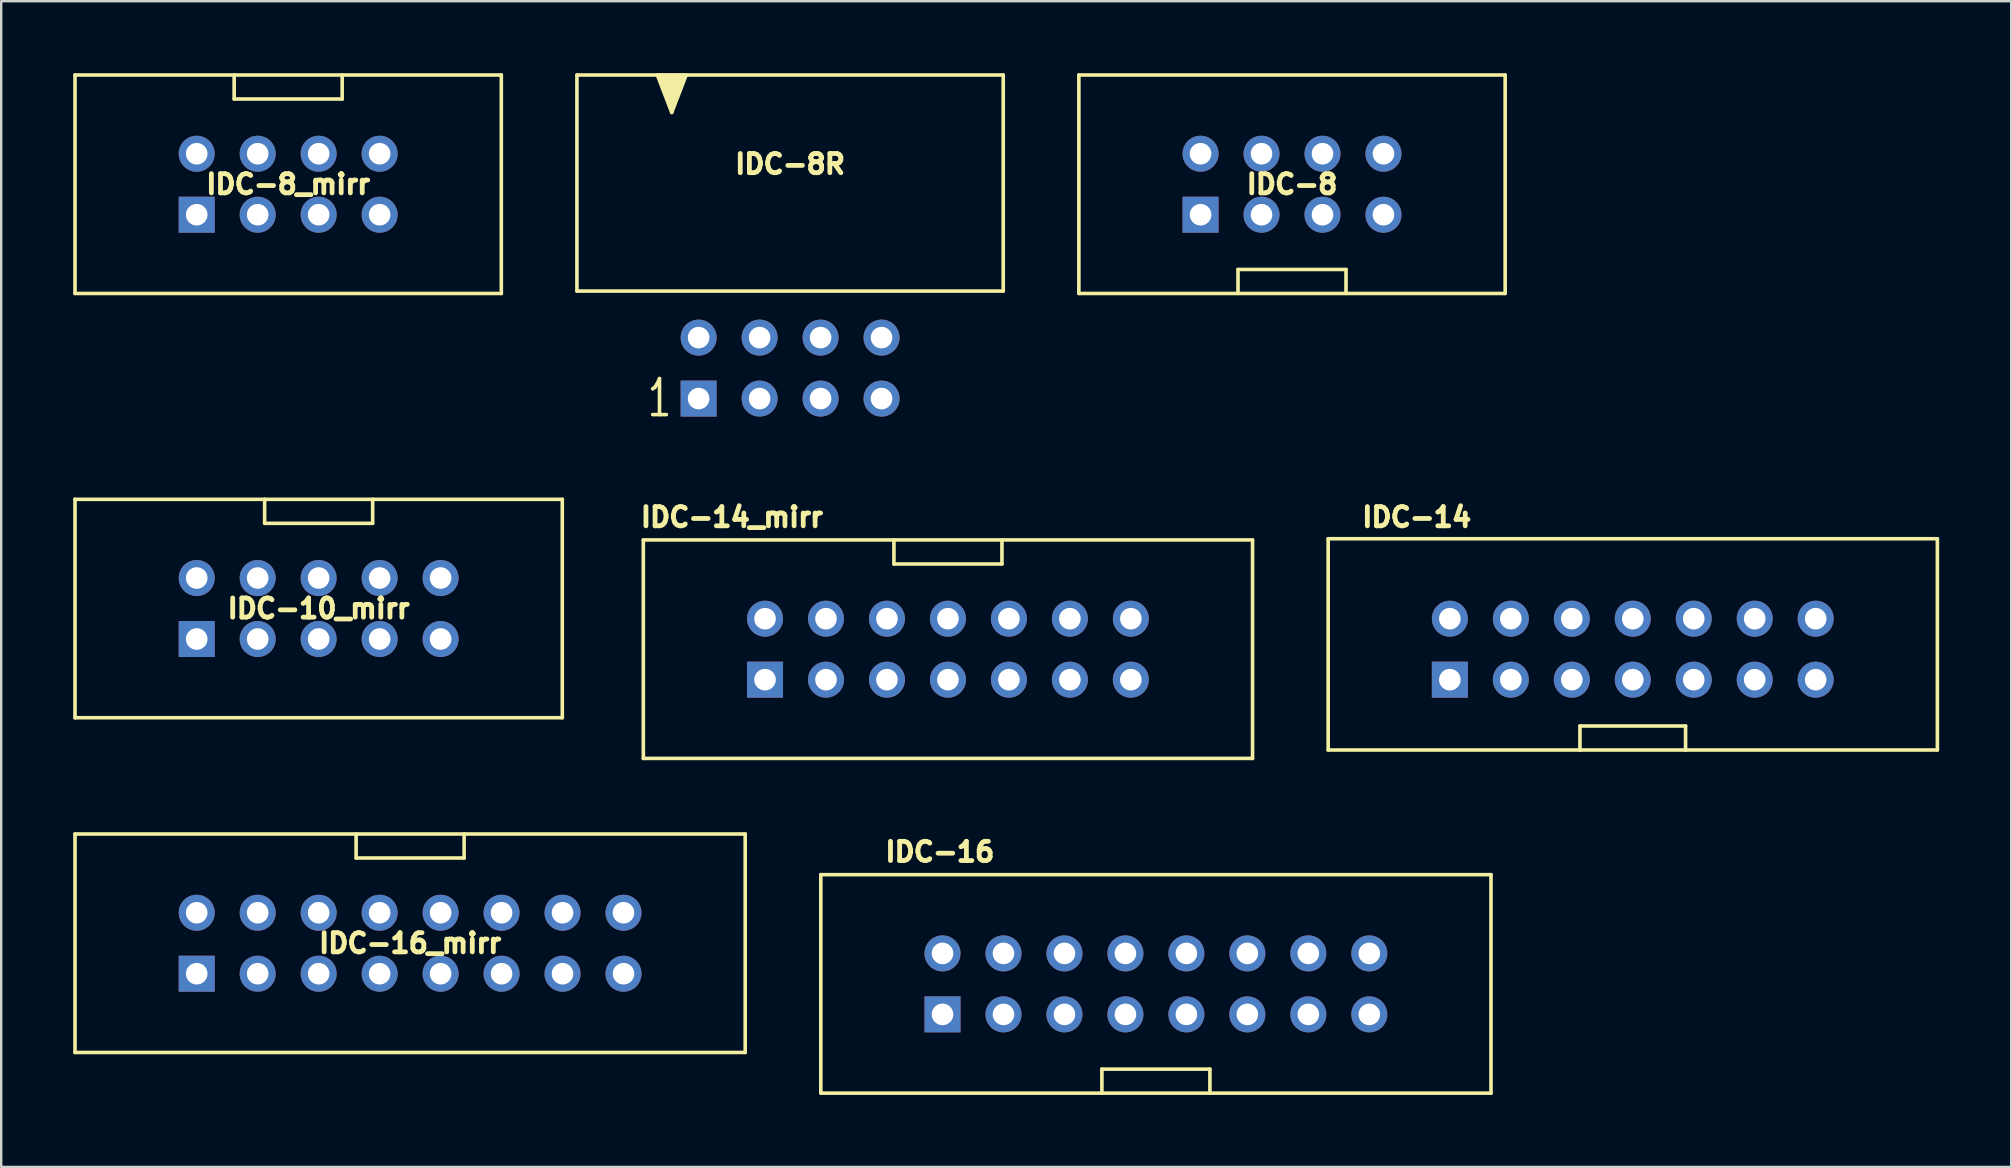
<source format=kicad_pcb>
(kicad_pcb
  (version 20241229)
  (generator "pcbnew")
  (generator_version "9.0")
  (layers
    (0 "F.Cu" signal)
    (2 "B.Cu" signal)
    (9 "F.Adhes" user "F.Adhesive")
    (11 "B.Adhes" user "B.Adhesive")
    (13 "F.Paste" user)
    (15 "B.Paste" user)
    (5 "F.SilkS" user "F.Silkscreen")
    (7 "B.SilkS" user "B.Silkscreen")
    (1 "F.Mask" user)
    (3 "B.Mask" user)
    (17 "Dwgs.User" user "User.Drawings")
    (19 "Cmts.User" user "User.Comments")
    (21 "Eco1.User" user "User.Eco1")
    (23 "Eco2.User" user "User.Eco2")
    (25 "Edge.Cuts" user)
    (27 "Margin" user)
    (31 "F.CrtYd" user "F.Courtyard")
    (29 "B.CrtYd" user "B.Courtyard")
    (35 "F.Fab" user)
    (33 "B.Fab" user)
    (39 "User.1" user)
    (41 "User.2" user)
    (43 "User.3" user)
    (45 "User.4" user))
  (footprint "IDC-10_mirr"
    (layer "F.Cu")
    (at 10.225 22.301)
    (property "Reference" "IDC-10_mirr" (at 0 0 0) (layer "F.SilkS") (effects (font (size 0.8 0.8) (thickness 0.2))))
    (attr through_hole)
    (fp_line (start -10.15 4.55) (end -10.15 -4.55) (stroke (width 0.15) (type solid)) (layer "F.SilkS"))
    (fp_line (start -10.15 4.55) (end 10.15 4.55) (stroke (width 0.15) (type solid)) (layer "F.SilkS"))
    (fp_line (start -2.25 -3.55) (end -2.25 -4.55) (stroke (width 0.15) (type solid)) (layer "F.SilkS"))
    (fp_line (start 2.25 -3.55) (end -2.25 -3.55) (stroke (width 0.15) (type solid)) (layer "F.SilkS"))
    (fp_line (start 2.25 -3.55) (end 2.25 -4.55) (stroke (width 0.15) (type solid)) (layer "F.SilkS"))
    (fp_line (start 10.15 -4.55) (end -10.15 -4.55) (stroke (width 0.15) (type solid)) (layer "F.SilkS"))
    (fp_line (start 10.15 4.55) (end 10.15 -4.55) (stroke (width 0.15) (type solid)) (layer "F.SilkS"))
    (pad "1" thru_hole rect (at -5.08 1.27) (size 1.5 1.5) (drill 0.9) (layers "*.Cu" "*.Mask"))
    (pad "2" thru_hole circle (at -5.08 -1.27) (size 1.5 1.5) (drill 0.9) (layers "*.Cu" "*.Mask"))
    (pad "3" thru_hole circle (at -2.54 1.27) (size 1.5 1.5) (drill 0.9) (layers "*.Cu" "*.Mask"))
    (pad "4" thru_hole circle (at -2.54 -1.27) (size 1.5 1.5) (drill 0.9) (layers "*.Cu" "*.Mask"))
    (pad "5" thru_hole circle (at 0 1.27) (size 1.5 1.5) (drill 0.9) (layers "*.Cu" "*.Mask"))
    (pad "6" thru_hole circle (at 0 -1.27) (size 1.5 1.5) (drill 0.9) (layers "*.Cu" "*.Mask"))
    (pad "7" thru_hole circle (at 2.54 1.27) (size 1.5 1.5) (drill 0.9) (layers "*.Cu" "*.Mask"))
    (pad "8" thru_hole circle (at 2.54 -1.27) (size 1.5 1.5) (drill 0.9) (layers "*.Cu" "*.Mask"))
    (pad "9" thru_hole circle (at 5.08 1.27) (size 1.5 1.5) (drill 0.9) (layers "*.Cu" "*.Mask"))
    (pad "10" thru_hole circle (at 5.08 -1.27) (size 1.5 1.5) (drill 0.9) (layers "*.Cu" "*.Mask")))
  (footprint "IDC-14_mirr"
    (layer "F.Cu")
    (at 36.441 23.995)
    (property "Reference" "IDC-14_mirr" (at -9 -5.5 0) (layer "F.SilkS") (effects (font (size 0.8 0.8) (thickness 0.2))))
    (attr through_hole)
    (fp_line (start -12.69 4.55) (end -12.69 -4.55) (stroke (width 0.15) (type solid)) (layer "F.SilkS"))
    (fp_line (start -12.69 4.55) (end 12.69 4.55) (stroke (width 0.15) (type solid)) (layer "F.SilkS"))
    (fp_line (start -2.25 -3.55) (end -2.25 -4.55) (stroke (width 0.15) (type solid)) (layer "F.SilkS"))
    (fp_line (start 2.25 -3.55) (end -2.25 -3.55) (stroke (width 0.15) (type solid)) (layer "F.SilkS"))
    (fp_line (start 2.25 -3.55) (end 2.25 -4.55) (stroke (width 0.15) (type solid)) (layer "F.SilkS"))
    (fp_line (start 12.69 -4.55) (end -12.69 -4.55) (stroke (width 0.15) (type solid)) (layer "F.SilkS"))
    (fp_line (start 12.69 4.55) (end 12.69 -4.55) (stroke (width 0.15) (type solid)) (layer "F.SilkS"))
    (pad "1" thru_hole rect (at -7.62 1.27) (size 1.5 1.5) (drill 0.9) (layers "*.Cu" "*.Mask"))
    (pad "2" thru_hole circle (at -7.62 -1.27) (size 1.5 1.5) (drill 0.9) (layers "*.Cu" "*.Mask"))
    (pad "3" thru_hole circle (at -5.08 1.27) (size 1.5 1.5) (drill 0.9) (layers "*.Cu" "*.Mask"))
    (pad "4" thru_hole circle (at -5.08 -1.27) (size 1.5 1.5) (drill 0.9) (layers "*.Cu" "*.Mask"))
    (pad "5" thru_hole circle (at -2.54 1.27) (size 1.5 1.5) (drill 0.9) (layers "*.Cu" "*.Mask"))
    (pad "6" thru_hole circle (at -2.54 -1.27) (size 1.5 1.5) (drill 0.9) (layers "*.Cu" "*.Mask"))
    (pad "7" thru_hole circle (at 0 1.27) (size 1.5 1.5) (drill 0.9) (layers "*.Cu" "*.Mask"))
    (pad "8" thru_hole circle (at 0 -1.27) (size 1.5 1.5) (drill 0.9) (layers "*.Cu" "*.Mask"))
    (pad "9" thru_hole circle (at 2.54 1.27) (size 1.5 1.5) (drill 0.9) (layers "*.Cu" "*.Mask"))
    (pad "10" thru_hole circle (at 2.54 -1.27) (size 1.5 1.5) (drill 0.9) (layers "*.Cu" "*.Mask"))
    (pad "11" thru_hole circle (at 5.08 1.27) (size 1.5 1.5) (drill 0.9) (layers "*.Cu" "*.Mask"))
    (pad "12" thru_hole circle (at 5.08 -1.27) (size 1.5 1.5) (drill 0.9) (layers "*.Cu" "*.Mask"))
    (pad "13" thru_hole circle (at 7.62 1.27) (size 1.5 1.5) (drill 0.9) (layers "*.Cu" "*.Mask"))
    (pad "14" thru_hole circle (at 7.62 -1.27) (size 1.5 1.5) (drill 0.9) (layers "*.Cu" "*.Mask")))
  (footprint "IDC-8_mirr"
    (layer "F.Cu")
    (at 8.955 4.625)
    (property "Reference" "IDC-8_mirr" (at 0 0 0) (layer "F.SilkS") (effects (font (size 0.8 0.8) (thickness 0.2))))
    (attr through_hole)
    (fp_line (start -8.88 4.55) (end -8.88 -4.55) (stroke (width 0.15) (type solid)) (layer "F.SilkS"))
    (fp_line (start -2.25 -3.55) (end -2.25 -4.55) (stroke (width 0.15) (type solid)) (layer "F.SilkS"))
    (fp_line (start 2.25 -3.55) (end -2.25 -3.55) (stroke (width 0.15) (type solid)) (layer "F.SilkS"))
    (fp_line (start 2.25 -3.55) (end 2.25 -4.55) (stroke (width 0.15) (type solid)) (layer "F.SilkS"))
    (fp_line (start 8.88 -4.55) (end -8.88 -4.55) (stroke (width 0.15) (type solid)) (layer "F.SilkS"))
    (fp_line (start 8.88 4.55) (end -8.88 4.55) (stroke (width 0.15) (type solid)) (layer "F.SilkS"))
    (fp_line (start 8.88 4.55) (end 8.88 -4.55) (stroke (width 0.15) (type solid)) (layer "F.SilkS"))
    (pad "1" thru_hole rect (at -3.81 1.27) (size 1.5 1.5) (drill 0.9) (layers "*.Cu" "*.Mask"))
    (pad "2" thru_hole circle (at -3.81 -1.27) (size 1.5 1.5) (drill 0.9) (layers "*.Cu" "*.Mask"))
    (pad "3" thru_hole circle (at -1.27 1.27) (size 1.5 1.5) (drill 0.9) (layers "*.Cu" "*.Mask"))
    (pad "4" thru_hole circle (at -1.27 -1.27) (size 1.5 1.5) (drill 0.9) (layers "*.Cu" "*.Mask"))
    (pad "5" thru_hole circle (at 1.27 1.27) (size 1.5 1.5) (drill 0.9) (layers "*.Cu" "*.Mask"))
    (pad "6" thru_hole circle (at 1.27 -1.27) (size 1.5 1.5) (drill 0.9) (layers "*.Cu" "*.Mask"))
    (pad "7" thru_hole circle (at 3.81 1.27) (size 1.5 1.5) (drill 0.9) (layers "*.Cu" "*.Mask"))
    (pad "8" thru_hole circle (at 3.81 -1.27) (size 1.5 1.5) (drill 0.9) (layers "*.Cu" "*.Mask")))
  (footprint "IDC-16"
    (layer "F.Cu")
    (at 45.105 37.939)
    (property "Reference" "IDC-16" (at -9 -5.5 0) (layer "F.SilkS") (effects (font (size 0.8 0.8) (thickness 0.2))))
    (attr through_hole)
    (fp_line (start -13.96 4.55) (end -13.96 -4.55) (stroke (width 0.15) (type solid)) (layer "F.SilkS"))
    (fp_line (start -13.96 4.55) (end 13.96 4.55) (stroke (width 0.15) (type solid)) (layer "F.SilkS"))
    (fp_line (start -2.25 3.55) (end -2.25 4.55) (stroke (width 0.15) (type solid)) (layer "F.SilkS"))
    (fp_line (start 2.25 3.55) (end -2.25 3.55) (stroke (width 0.15) (type solid)) (layer "F.SilkS"))
    (fp_line (start 2.25 3.55) (end 2.25 4.55) (stroke (width 0.15) (type solid)) (layer "F.SilkS"))
    (fp_line (start 13.96 -4.55) (end -13.96 -4.55) (stroke (width 0.15) (type solid)) (layer "F.SilkS"))
    (fp_line (start 13.96 4.55) (end 13.96 -4.55) (stroke (width 0.15) (type solid)) (layer "F.SilkS"))
    (pad "1" thru_hole rect (at -8.89 1.27) (size 1.5 1.5) (drill 0.9) (layers "*.Cu" "*.Mask"))
    (pad "2" thru_hole circle (at -8.89 -1.27) (size 1.5 1.5) (drill 0.9) (layers "*.Cu" "*.Mask"))
    (pad "3" thru_hole circle (at -6.35 1.27) (size 1.5 1.5) (drill 0.9) (layers "*.Cu" "*.Mask"))
    (pad "4" thru_hole circle (at -6.35 -1.27) (size 1.5 1.5) (drill 0.9) (layers "*.Cu" "*.Mask"))
    (pad "5" thru_hole circle (at -3.81 1.27) (size 1.5 1.5) (drill 0.9) (layers "*.Cu" "*.Mask"))
    (pad "6" thru_hole circle (at -3.81 -1.27) (size 1.5 1.5) (drill 0.9) (layers "*.Cu" "*.Mask"))
    (pad "7" thru_hole circle (at -1.27 1.27) (size 1.5 1.5) (drill 0.9) (layers "*.Cu" "*.Mask"))
    (pad "8" thru_hole circle (at -1.27 -1.27) (size 1.5 1.5) (drill 0.9) (layers "*.Cu" "*.Mask"))
    (pad "9" thru_hole circle (at 1.27 1.27) (size 1.5 1.5) (drill 0.9) (layers "*.Cu" "*.Mask"))
    (pad "10" thru_hole circle (at 1.27 -1.27) (size 1.5 1.5) (drill 0.9) (layers "*.Cu" "*.Mask"))
    (pad "11" thru_hole circle (at 3.81 1.27) (size 1.5 1.5) (drill 0.9) (layers "*.Cu" "*.Mask"))
    (pad "12" thru_hole circle (at 3.81 -1.27) (size 1.5 1.5) (drill 0.9) (layers "*.Cu" "*.Mask"))
    (pad "13" thru_hole circle (at 6.35 1.27) (size 1.5 1.5) (drill 0.9) (layers "*.Cu" "*.Mask"))
    (pad "14" thru_hole circle (at 6.35 -1.27) (size 1.5 1.5) (drill 0.9) (layers "*.Cu" "*.Mask"))
    (pad "15" thru_hole circle (at 8.89 1.27) (size 1.5 1.5) (drill 0.9) (layers "*.Cu" "*.Mask"))
    (pad "16" thru_hole circle (at 8.89 -1.27) (size 1.5 1.5) (drill 0.9) (layers "*.Cu" "*.Mask")))
  (footprint "IDC-8"
    (layer "F.Cu")
    (at 50.775 4.625)
    (property "Reference" "IDC-8" (at 0 0 0) (layer "F.SilkS") (effects (font (size 0.8 0.8) (thickness 0.2))))
    (attr through_hole)
    (fp_line (start -8.88 4.55) (end -8.88 -4.55) (stroke (width 0.15) (type solid)) (layer "F.SilkS"))
    (fp_line (start -2.25 3.55) (end -2.25 4.55) (stroke (width 0.15) (type solid)) (layer "F.SilkS"))
    (fp_line (start 2.25 3.55) (end -2.25 3.55) (stroke (width 0.15) (type solid)) (layer "F.SilkS"))
    (fp_line (start 2.25 3.55) (end 2.25 4.55) (stroke (width 0.15) (type solid)) (layer "F.SilkS"))
    (fp_line (start 8.88 -4.55) (end -8.88 -4.55) (stroke (width 0.15) (type solid)) (layer "F.SilkS"))
    (fp_line (start 8.88 4.55) (end -8.88 4.55) (stroke (width 0.15) (type solid)) (layer "F.SilkS"))
    (fp_line (start 8.88 4.55) (end 8.88 -4.55) (stroke (width 0.15) (type solid)) (layer "F.SilkS"))
    (pad "1" thru_hole rect (at -3.81 1.27) (size 1.5 1.5) (drill 0.9) (layers "*.Cu" "*.Mask"))
    (pad "2" thru_hole circle (at -3.81 -1.27) (size 1.5 1.5) (drill 0.9) (layers "*.Cu" "*.Mask"))
    (pad "3" thru_hole circle (at -1.27 1.27) (size 1.5 1.5) (drill 0.9) (layers "*.Cu" "*.Mask"))
    (pad "4" thru_hole circle (at -1.27 -1.27) (size 1.5 1.5) (drill 0.9) (layers "*.Cu" "*.Mask"))
    (pad "5" thru_hole circle (at 1.27 1.27) (size 1.5 1.5) (drill 0.9) (layers "*.Cu" "*.Mask"))
    (pad "6" thru_hole circle (at 1.27 -1.27) (size 1.5 1.5) (drill 0.9) (layers "*.Cu" "*.Mask"))
    (pad "7" thru_hole circle (at 3.81 1.27) (size 1.5 1.5) (drill 0.9) (layers "*.Cu" "*.Mask"))
    (pad "8" thru_hole circle (at 3.81 -1.27) (size 1.5 1.5) (drill 0.9) (layers "*.Cu" "*.Mask")))
  (footprint "IDC-14"
    (layer "F.Cu")
    (at 64.971 23.995)
    (property "Reference" "IDC-14" (at -9 -5.5 0) (layer "F.SilkS") (effects (font (size 0.8 0.8) (thickness 0.2))))
    (attr through_hole)
    (fp_line (start -12.69 4.2) (end -12.69 -4.6) (stroke (width 0.15) (type solid)) (layer "F.SilkS"))
    (fp_line (start -12.69 4.2) (end -2.2 4.2) (stroke (width 0.15) (type solid)) (layer "F.SilkS"))
    (fp_line (start -2.2 3.2) (end -2.2 4.2) (stroke (width 0.15) (type solid)) (layer "F.SilkS"))
    (fp_line (start 2.2 3.2) (end -2.2 3.2) (stroke (width 0.15) (type solid)) (layer "F.SilkS"))
    (fp_line (start 2.2 3.2) (end 2.2 4.2) (stroke (width 0.15) (type solid)) (layer "F.SilkS"))
    (fp_line (start 2.2 4.2) (end -2.2 4.2) (stroke (width 0.15) (type solid)) (layer "F.SilkS"))
    (fp_line (start 12.69 -4.6) (end -12.69 -4.6) (stroke (width 0.15) (type solid)) (layer "F.SilkS"))
    (fp_line (start 12.69 4.2) (end 2.2 4.2) (stroke (width 0.15) (type solid)) (layer "F.SilkS"))
    (fp_line (start 12.69 4.2) (end 12.69 -4.6) (stroke (width 0.15) (type solid)) (layer "F.SilkS"))
    (pad "1" thru_hole rect (at -7.62 1.27) (size 1.5 1.5) (drill 0.9) (layers "*.Cu" "*.Mask"))
    (pad "2" thru_hole circle (at -7.62 -1.27) (size 1.5 1.5) (drill 0.9) (layers "*.Cu" "*.Mask"))
    (pad "3" thru_hole circle (at -5.08 1.27) (size 1.5 1.5) (drill 0.9) (layers "*.Cu" "*.Mask"))
    (pad "4" thru_hole circle (at -5.08 -1.27) (size 1.5 1.5) (drill 0.9) (layers "*.Cu" "*.Mask"))
    (pad "5" thru_hole circle (at -2.54 1.27) (size 1.5 1.5) (drill 0.9) (layers "*.Cu" "*.Mask"))
    (pad "6" thru_hole circle (at -2.54 -1.27) (size 1.5 1.5) (drill 0.9) (layers "*.Cu" "*.Mask"))
    (pad "7" thru_hole circle (at 0 1.27) (size 1.5 1.5) (drill 0.9) (layers "*.Cu" "*.Mask"))
    (pad "8" thru_hole circle (at 0 -1.27) (size 1.5 1.5) (drill 0.9) (layers "*.Cu" "*.Mask"))
    (pad "9" thru_hole circle (at 2.54 1.27) (size 1.5 1.5) (drill 0.9) (layers "*.Cu" "*.Mask"))
    (pad "10" thru_hole circle (at 2.54 -1.27) (size 1.5 1.5) (drill 0.9) (layers "*.Cu" "*.Mask"))
    (pad "11" thru_hole circle (at 5.08 1.27) (size 1.5 1.5) (drill 0.9) (layers "*.Cu" "*.Mask"))
    (pad "12" thru_hole circle (at 5.08 -1.27) (size 1.5 1.5) (drill 0.9) (layers "*.Cu" "*.Mask"))
    (pad "13" thru_hole circle (at 7.62 1.27) (size 1.5 1.5) (drill 0.9) (layers "*.Cu" "*.Mask"))
    (pad "14" thru_hole circle (at 7.62 -1.27) (size 1.5 1.5) (drill 0.9) (layers "*.Cu" "*.Mask")))
  (footprint "IDC-16_mirr"
    (layer "F.Cu")
    (at 14.035 36.245)
    (property "Reference" "IDC-16_mirr" (at 0 0 0) (layer "F.SilkS") (effects (font (size 0.8 0.8) (thickness 0.2))))
    (attr through_hole)
    (fp_line (start -13.96 4.55) (end -13.96 -4.55) (stroke (width 0.15) (type solid)) (layer "F.SilkS"))
    (fp_line (start -13.96 4.55) (end 13.96 4.55) (stroke (width 0.15) (type solid)) (layer "F.SilkS"))
    (fp_line (start -2.25 -3.55) (end -2.25 -4.55) (stroke (width 0.15) (type solid)) (layer "F.SilkS"))
    (fp_line (start 2.25 -3.55) (end -2.25 -3.55) (stroke (width 0.15) (type solid)) (layer "F.SilkS"))
    (fp_line (start 2.25 -3.55) (end 2.25 -4.55) (stroke (width 0.15) (type solid)) (layer "F.SilkS"))
    (fp_line (start 13.96 -4.55) (end -13.96 -4.55) (stroke (width 0.15) (type solid)) (layer "F.SilkS"))
    (fp_line (start 13.96 4.55) (end 13.96 -4.55) (stroke (width 0.15) (type solid)) (layer "F.SilkS"))
    (pad "1" thru_hole rect (at -8.89 1.27) (size 1.5 1.5) (drill 0.9) (layers "*.Cu" "*.Mask"))
    (pad "2" thru_hole circle (at -8.89 -1.27) (size 1.5 1.5) (drill 0.9) (layers "*.Cu" "*.Mask"))
    (pad "3" thru_hole circle (at -6.35 1.27) (size 1.5 1.5) (drill 0.9) (layers "*.Cu" "*.Mask"))
    (pad "4" thru_hole circle (at -6.35 -1.27) (size 1.5 1.5) (drill 0.9) (layers "*.Cu" "*.Mask"))
    (pad "5" thru_hole circle (at -3.81 1.27) (size 1.5 1.5) (drill 0.9) (layers "*.Cu" "*.Mask"))
    (pad "6" thru_hole circle (at -3.81 -1.27) (size 1.5 1.5) (drill 0.9) (layers "*.Cu" "*.Mask"))
    (pad "7" thru_hole circle (at -1.27 1.27) (size 1.5 1.5) (drill 0.9) (layers "*.Cu" "*.Mask"))
    (pad "8" thru_hole circle (at -1.27 -1.27) (size 1.5 1.5) (drill 0.9) (layers "*.Cu" "*.Mask"))
    (pad "9" thru_hole circle (at 1.27 1.27) (size 1.5 1.5) (drill 0.9) (layers "*.Cu" "*.Mask"))
    (pad "10" thru_hole circle (at 1.27 -1.27) (size 1.5 1.5) (drill 0.9) (layers "*.Cu" "*.Mask"))
    (pad "11" thru_hole circle (at 3.81 1.27) (size 1.5 1.5) (drill 0.9) (layers "*.Cu" "*.Mask"))
    (pad "12" thru_hole circle (at 3.81 -1.27) (size 1.5 1.5) (drill 0.9) (layers "*.Cu" "*.Mask"))
    (pad "13" thru_hole circle (at 6.35 1.27) (size 1.5 1.5) (drill 0.9) (layers "*.Cu" "*.Mask"))
    (pad "14" thru_hole circle (at 6.35 -1.27) (size 1.5 1.5) (drill 0.9) (layers "*.Cu" "*.Mask"))
    (pad "15" thru_hole circle (at 8.89 1.27) (size 1.5 1.5) (drill 0.9) (layers "*.Cu" "*.Mask"))
    (pad "16" thru_hole circle (at 8.89 -1.27) (size 1.5 1.5) (drill 0.9) (layers "*.Cu" "*.Mask")))
  (footprint "IDC-8R"
    (layer "F.Cu")
    (at 29.865 12.285)
    (property "Reference" "IDC-8R" (at 0 -8.5 0) (layer "F.SilkS") (effects (font (size 0.8 0.8) (thickness 0.2))))
    (attr through_hole)
    (fp_line (start -8.88 -12.21) (end -8.88 -3.21) (stroke (width 0.15) (type solid)) (layer "F.SilkS"))
    (fp_line (start -5.43 -12.21) (end -4.93 -10.85) (stroke (width 0.15) (type solid)) (layer "F.SilkS"))
    (fp_line (start -4.93 -12.1) (end -4.93 -12.2) (stroke (width 0.15) (type solid)) (layer "F.SilkS"))
    (fp_line (start -4.93 -11.85) (end -5.03 -12.21) (stroke (width 0.15) (type solid)) (layer "F.SilkS"))
    (fp_line (start -4.93 -11.55) (end -5.13 -12.21) (stroke (width 0.15) (type solid)) (layer "F.SilkS"))
    (fp_line (start -4.93 -11.25) (end -5.23 -12.21) (stroke (width 0.15) (type solid)) (layer "F.SilkS"))
    (fp_line (start -4.93 -11.05) (end -5.33 -12.21) (stroke (width 0.15) (type solid)) (layer "F.SilkS"))
    (fp_line (start -4.93 -10.85) (end -4.43 -12.21) (stroke (width 0.15) (type solid)) (layer "F.SilkS"))
    (fp_line (start -4.93 -10.65) (end -5.53 -12.21) (stroke (width 0.15) (type solid)) (layer "F.SilkS"))
    (fp_line (start -4.83 -12.21) (end -4.93 -11.85) (stroke (width 0.15) (type solid)) (layer "F.SilkS"))
    (fp_line (start -4.73 -12.21) (end -4.93 -11.55) (stroke (width 0.15) (type solid)) (layer "F.SilkS"))
    (fp_line (start -4.63 -12.21) (end -4.93 -11.25) (stroke (width 0.15) (type solid)) (layer "F.SilkS"))
    (fp_line (start -4.53 -12.21) (end -4.93 -11.05) (stroke (width 0.15) (type solid)) (layer "F.SilkS"))
    (fp_line (start -4.33 -12.21) (end -4.93 -10.65) (stroke (width 0.15) (type solid)) (layer "F.SilkS"))
    (fp_line (start 8.88 -12.21) (end -8.88 -12.21) (stroke (width 0.15) (type solid)) (layer "F.SilkS"))
    (fp_line (start 8.88 -12.21) (end 8.88 -3.21) (stroke (width 0.15) (type solid)) (layer "F.SilkS"))
    (fp_line (start 8.88 -3.21) (end -8.88 -3.21) (stroke (width 0.15) (type solid)) (layer "F.SilkS"))
    (fp_text user "1" (at -5.44 1.25 0) (layer "F.SilkS") (effects (font (size 1.5 1) (thickness 0.15))))
    (pad "1" thru_hole rect (at -3.81 1.27) (size 1.5 1.5) (drill 0.9) (layers "*.Cu" "*.Mask"))
    (pad "2" thru_hole circle (at -3.81 -1.27) (size 1.5 1.5) (drill 0.9) (layers "*.Cu" "*.Mask"))
    (pad "3" thru_hole circle (at -1.27 1.27) (size 1.5 1.5) (drill 0.9) (layers "*.Cu" "*.Mask"))
    (pad "4" thru_hole circle (at -1.27 -1.27) (size 1.5 1.5) (drill 0.9) (layers "*.Cu" "*.Mask"))
    (pad "5" thru_hole circle (at 1.27 1.27) (size 1.5 1.5) (drill 0.9) (layers "*.Cu" "*.Mask"))
    (pad "6" thru_hole circle (at 1.27 -1.27) (size 1.5 1.5) (drill 0.9) (layers "*.Cu" "*.Mask"))
    (pad "7" thru_hole circle (at 3.81 1.27) (size 1.5 1.5) (drill 0.9) (layers "*.Cu" "*.Mask"))
    (pad "8" thru_hole circle (at 3.81 -1.27) (size 1.5 1.5) (drill 0.9) (layers "*.Cu" "*.Mask")))
  (gr_rect
    (start -3 -3)
    (end 80.736 45.564)
    (stroke (width 0.1) (type default))
    (fill no)
    (layer "Edge.Cuts")))
</source>
